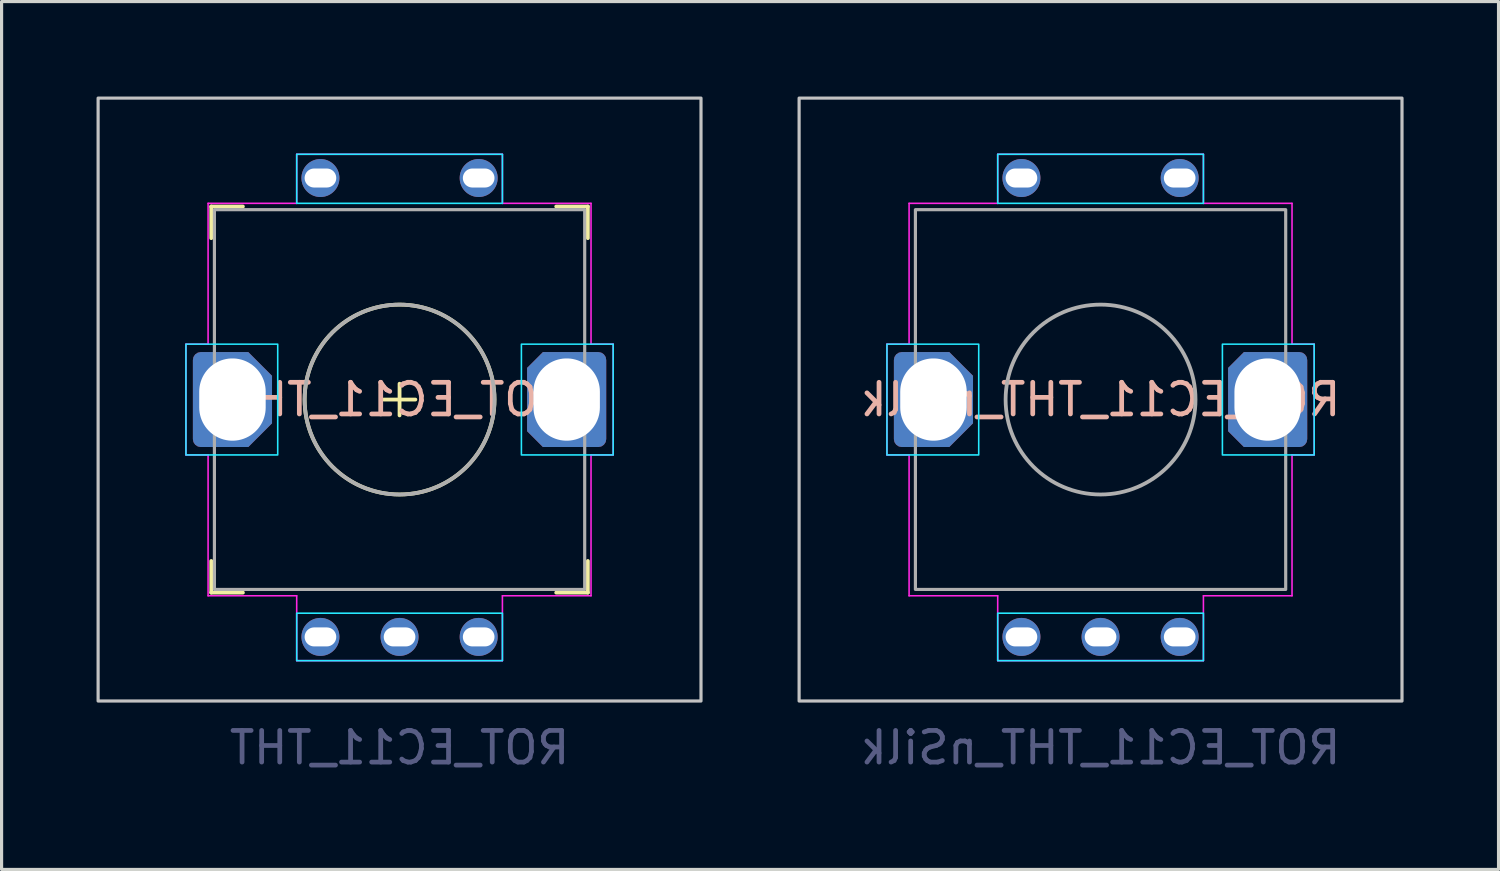
<source format=kicad_pcb>
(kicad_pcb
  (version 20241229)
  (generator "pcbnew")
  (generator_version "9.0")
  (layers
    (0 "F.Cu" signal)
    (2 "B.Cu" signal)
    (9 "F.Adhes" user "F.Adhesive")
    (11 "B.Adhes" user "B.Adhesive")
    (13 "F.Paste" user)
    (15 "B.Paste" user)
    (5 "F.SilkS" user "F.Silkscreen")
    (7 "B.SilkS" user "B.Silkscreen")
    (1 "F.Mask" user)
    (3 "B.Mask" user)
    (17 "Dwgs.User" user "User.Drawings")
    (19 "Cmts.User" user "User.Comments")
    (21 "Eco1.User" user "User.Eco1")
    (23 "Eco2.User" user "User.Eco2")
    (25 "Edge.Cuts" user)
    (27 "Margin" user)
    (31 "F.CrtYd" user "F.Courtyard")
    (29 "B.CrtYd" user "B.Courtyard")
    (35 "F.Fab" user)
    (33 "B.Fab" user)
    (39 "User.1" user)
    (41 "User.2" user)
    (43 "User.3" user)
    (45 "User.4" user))
  (footprint "ROT_EC11_THT_nSilk"
    (layer "F.Cu")
    (at 31.725 9.575)
    (property "Reference" "ROT_EC11_THT_nSilk" (at 0 0 0) (layer "B.SilkS") (effects (font (size 1 1) (thickness 0.15)) (justify mirror)))
    (attr through_hole)
    (fp_rect (start -9.525 -9.525) (end 9.525 9.525) (stroke (width 0.1) (type default)) (fill no) (layer "Dwgs.User"))
    (fp_rect (start -6.75 -1.75) (end -3.85 1.75) (stroke (width 0.05) (type default)) (fill no) (layer "B.CrtYd"))
    (fp_rect (start -3.25 -7.75) (end 3.25 -6.2) (stroke (width 0.05) (type default)) (fill no) (layer "B.CrtYd"))
    (fp_rect (start -3.25 6.75) (end 3.25 8.25) (stroke (width 0.05) (type default)) (fill no) (layer "B.CrtYd"))
    (fp_rect (start 3.85 -1.75) (end 6.75 1.75) (stroke (width 0.05) (type default)) (fill no) (layer "B.CrtYd"))
    (fp_line (start -6.75 -1.75) (end -6.75 1.75) (stroke (width 0.05) (type default)) (layer "F.CrtYd"))
    (fp_line (start -6.75 1.75) (end -6.05 1.75) (stroke (width 0.05) (type default)) (layer "F.CrtYd"))
    (fp_line (start -6.05 -6.2) (end -6.05 -1.75) (stroke (width 0.05) (type default)) (layer "F.CrtYd"))
    (fp_line (start -6.05 -1.75) (end -6.75 -1.75) (stroke (width 0.05) (type default)) (layer "F.CrtYd"))
    (fp_line (start -6.05 1.75) (end -6.05 6.2) (stroke (width 0.05) (type default)) (layer "F.CrtYd"))
    (fp_line (start -6.05 6.2) (end -3.25 6.2) (stroke (width 0.05) (type default)) (layer "F.CrtYd"))
    (fp_line (start -3.25 -7.75) (end -3.25 -6.2) (stroke (width 0.05) (type default)) (layer "F.CrtYd"))
    (fp_line (start -3.25 -6.2) (end -6.05 -6.2) (stroke (width 0.05) (type default)) (layer "F.CrtYd"))
    (fp_line (start -3.25 6.2) (end -3.25 8.25) (stroke (width 0.05) (type default)) (layer "F.CrtYd"))
    (fp_line (start -3.25 8.25) (end 3.25 8.25) (stroke (width 0.05) (type default)) (layer "F.CrtYd"))
    (fp_line (start 3.25 -7.75) (end -3.25 -7.75) (stroke (width 0.05) (type default)) (layer "F.CrtYd"))
    (fp_line (start 3.25 -6.2) (end 3.25 -7.75) (stroke (width 0.05) (type default)) (layer "F.CrtYd"))
    (fp_line (start 3.25 6.2) (end 6.05 6.2) (stroke (width 0.05) (type default)) (layer "F.CrtYd"))
    (fp_line (start 3.25 8.25) (end 3.25 6.2) (stroke (width 0.05) (type default)) (layer "F.CrtYd"))
    (fp_line (start 6.05 -6.2) (end 3.25 -6.2) (stroke (width 0.05) (type default)) (layer "F.CrtYd"))
    (fp_line (start 6.05 -1.75) (end 6.05 -6.2) (stroke (width 0.05) (type default)) (layer "F.CrtYd"))
    (fp_line (start 6.05 1.75) (end 6.75 1.75) (stroke (width 0.05) (type default)) (layer "F.CrtYd"))
    (fp_line (start 6.05 6.2) (end 6.05 1.75) (stroke (width 0.05) (type default)) (layer "F.CrtYd"))
    (fp_line (start 6.75 -1.75) (end 6.05 -1.75) (stroke (width 0.05) (type default)) (layer "F.CrtYd"))
    (fp_line (start 6.75 1.75) (end 6.75 -1.75) (stroke (width 0.05) (type default)) (layer "F.CrtYd"))
    (fp_rect (start -5.85 -6) (end 5.85 6) (stroke (width 0.1) (type default)) (fill no) (layer "F.Fab"))
    (fp_circle (center 0 0) (end 0 -3) (stroke (width 0.12) (type solid)) (fill no) (layer "F.Fab"))
    (fp_text user "${REFERENCE}" (at 0 11 0) (layer "B.Fab") (effects (font (size 1 1) (thickness 0.15)) (justify mirror)))
    (pad "A" thru_hole circle (at -2.5 7.5) (size 1.2 1.2) (drill oval 1 0.6) (layers "*.Cu" "*.Mask"))
    (pad "B" thru_hole circle (at 2.5 7.5) (size 1.2 1.2) (drill oval 1 0.6) (layers "*.Cu" "*.Mask"))
    (pad "C" thru_hole circle (at 0 7.5) (size 1.2 1.2) (drill oval 1 0.6) (layers "*.Cu" "*.Mask"))
    (pad "MP" thru_hole roundrect (at -5.28 0) (size 2.5 3) (drill oval 2.1 2.6) (layers "*.Cu" "*.Mask") (roundrect_rratio 0.1) (chamfer_ratio 0.3) (chamfer top_right bottom_right))
    (pad "MP" thru_hole roundrect (at 5.28 0 180) (size 2.5 3) (drill oval 2.1 2.6) (layers "*.Cu" "*.Mask") (roundrect_rratio 0.1) (chamfer_ratio 0.2) (chamfer top_right bottom_right))
    (pad "S1" thru_hole circle (at -2.5 -7 180) (size 1.2 1.2) (drill oval 1 0.6) (layers "*.Cu" "*.Mask"))
    (pad "S2" thru_hole circle (at 2.5 -7 180) (size 1.2 1.2) (drill oval 1 0.6) (layers "*.Cu" "*.Mask")))
  (footprint "ROT_EC11_THT"
    (layer "F.Cu")
    (at 9.575 9.575)
    (property "Reference" "ROT_EC11_THT" (at 0 0 0) (layer "B.SilkS") (effects (font (size 1 1) (thickness 0.15)) (justify mirror)))
    (attr through_hole)
    (fp_line (start -5.95 -6.1) (end -5.95 -5.1) (stroke (width 0.12) (type solid)) (layer "F.SilkS"))
    (fp_line (start -5.95 5.1) (end -5.95 6.1) (stroke (width 0.12) (type solid)) (layer "F.SilkS"))
    (fp_line (start -5.95 6.1) (end -4.95 6.1) (stroke (width 0.12) (type solid)) (layer "F.SilkS"))
    (fp_line (start -4.95 -6.1) (end -5.95 -6.1) (stroke (width 0.12) (type solid)) (layer "F.SilkS"))
    (fp_line (start 0 0.5) (end 0 -0.5) (stroke (width 0.12) (type solid)) (layer "F.SilkS"))
    (fp_line (start 0.5 0) (end -0.5 0) (stroke (width 0.12) (type solid)) (layer "F.SilkS"))
    (fp_line (start 4.95 6.1) (end 5.95 6.1) (stroke (width 0.12) (type solid)) (layer "F.SilkS"))
    (fp_line (start 5.95 -6.1) (end 4.95 -6.1) (stroke (width 0.12) (type solid)) (layer "F.SilkS"))
    (fp_line (start 5.95 -5.1) (end 5.95 -6.1) (stroke (width 0.12) (type solid)) (layer "F.SilkS"))
    (fp_line (start 5.95 6.1) (end 5.95 5.1) (stroke (width 0.12) (type solid)) (layer "F.SilkS"))
    (fp_circle (center 0 0) (end 0 -3) (stroke (width 0.12) (type solid)) (fill no) (layer "F.SilkS"))
    (fp_rect (start -9.525 -9.525) (end 9.525 9.525) (stroke (width 0.1) (type default)) (fill no) (layer "Dwgs.User"))
    (fp_rect (start -6.75 -1.75) (end -3.85 1.75) (stroke (width 0.05) (type default)) (fill no) (layer "B.CrtYd"))
    (fp_rect (start -3.25 -7.75) (end 3.25 -6.2) (stroke (width 0.05) (type default)) (fill no) (layer "B.CrtYd"))
    (fp_rect (start -3.25 6.75) (end 3.25 8.25) (stroke (width 0.05) (type default)) (fill no) (layer "B.CrtYd"))
    (fp_rect (start 3.85 -1.75) (end 6.75 1.75) (stroke (width 0.05) (type default)) (fill no) (layer "B.CrtYd"))
    (fp_line (start -6.75 -1.75) (end -6.75 1.75) (stroke (width 0.05) (type default)) (layer "F.CrtYd"))
    (fp_line (start -6.75 1.75) (end -6.05 1.75) (stroke (width 0.05) (type default)) (layer "F.CrtYd"))
    (fp_line (start -6.05 -6.2) (end -6.05 -1.75) (stroke (width 0.05) (type default)) (layer "F.CrtYd"))
    (fp_line (start -6.05 -1.75) (end -6.75 -1.75) (stroke (width 0.05) (type default)) (layer "F.CrtYd"))
    (fp_line (start -6.05 1.75) (end -6.05 6.2) (stroke (width 0.05) (type default)) (layer "F.CrtYd"))
    (fp_line (start -6.05 6.2) (end -3.25 6.2) (stroke (width 0.05) (type default)) (layer "F.CrtYd"))
    (fp_line (start -3.25 -7.75) (end -3.25 -6.2) (stroke (width 0.05) (type default)) (layer "F.CrtYd"))
    (fp_line (start -3.25 -6.2) (end -6.05 -6.2) (stroke (width 0.05) (type default)) (layer "F.CrtYd"))
    (fp_line (start -3.25 6.2) (end -3.25 8.25) (stroke (width 0.05) (type default)) (layer "F.CrtYd"))
    (fp_line (start -3.25 8.25) (end 3.25 8.25) (stroke (width 0.05) (type default)) (layer "F.CrtYd"))
    (fp_line (start 3.25 -7.75) (end -3.25 -7.75) (stroke (width 0.05) (type default)) (layer "F.CrtYd"))
    (fp_line (start 3.25 -6.2) (end 3.25 -7.75) (stroke (width 0.05) (type default)) (layer "F.CrtYd"))
    (fp_line (start 3.25 6.2) (end 6.05 6.2) (stroke (width 0.05) (type default)) (layer "F.CrtYd"))
    (fp_line (start 3.25 8.25) (end 3.25 6.2) (stroke (width 0.05) (type default)) (layer "F.CrtYd"))
    (fp_line (start 6.05 -6.2) (end 3.25 -6.2) (stroke (width 0.05) (type default)) (layer "F.CrtYd"))
    (fp_line (start 6.05 -1.75) (end 6.05 -6.2) (stroke (width 0.05) (type default)) (layer "F.CrtYd"))
    (fp_line (start 6.05 1.75) (end 6.75 1.75) (stroke (width 0.05) (type default)) (layer "F.CrtYd"))
    (fp_line (start 6.05 6.2) (end 6.05 1.75) (stroke (width 0.05) (type default)) (layer "F.CrtYd"))
    (fp_line (start 6.75 -1.75) (end 6.05 -1.75) (stroke (width 0.05) (type default)) (layer "F.CrtYd"))
    (fp_line (start 6.75 1.75) (end 6.75 -1.75) (stroke (width 0.05) (type default)) (layer "F.CrtYd"))
    (fp_rect (start -5.85 -6) (end 5.85 6) (stroke (width 0.1) (type default)) (fill no) (layer "F.Fab"))
    (fp_circle (center 0 0) (end 0 -3) (stroke (width 0.12) (type solid)) (fill no) (layer "F.Fab"))
    (fp_text user "${REFERENCE}" (at 0 11 0) (layer "B.Fab") (effects (font (size 1 1) (thickness 0.15)) (justify mirror)))
    (pad "A" thru_hole circle (at -2.5 7.5) (size 1.2 1.2) (drill oval 1 0.6) (layers "*.Cu" "*.Mask"))
    (pad "B" thru_hole circle (at 2.5 7.5) (size 1.2 1.2) (drill oval 1 0.6) (layers "*.Cu" "*.Mask"))
    (pad "C" thru_hole circle (at 0 7.5) (size 1.2 1.2) (drill oval 1 0.6) (layers "*.Cu" "*.Mask"))
    (pad "MP" thru_hole roundrect (at -5.28 0) (size 2.5 3) (drill oval 2.1 2.6) (layers "*.Cu" "*.Mask") (roundrect_rratio 0.1) (chamfer_ratio 0.3) (chamfer top_right bottom_right))
    (pad "MP" thru_hole roundrect (at 5.28 0 180) (size 2.5 3) (drill oval 2.1 2.6) (layers "*.Cu" "*.Mask") (roundrect_rratio 0.1) (chamfer_ratio 0.2) (chamfer top_right bottom_right))
    (pad "S1" thru_hole circle (at -2.5 -7 180) (size 1.2 1.2) (drill oval 1 0.6) (layers "*.Cu" "*.Mask"))
    (pad "S2" thru_hole circle (at 2.5 -7 180) (size 1.2 1.2) (drill oval 1 0.6) (layers "*.Cu" "*.Mask")))
  (gr_rect
    (start -3 -3)
    (end 44.3 24.423)
    (stroke (width 0.1) (type default))
    (fill no)
    (layer "Edge.Cuts")))
</source>
